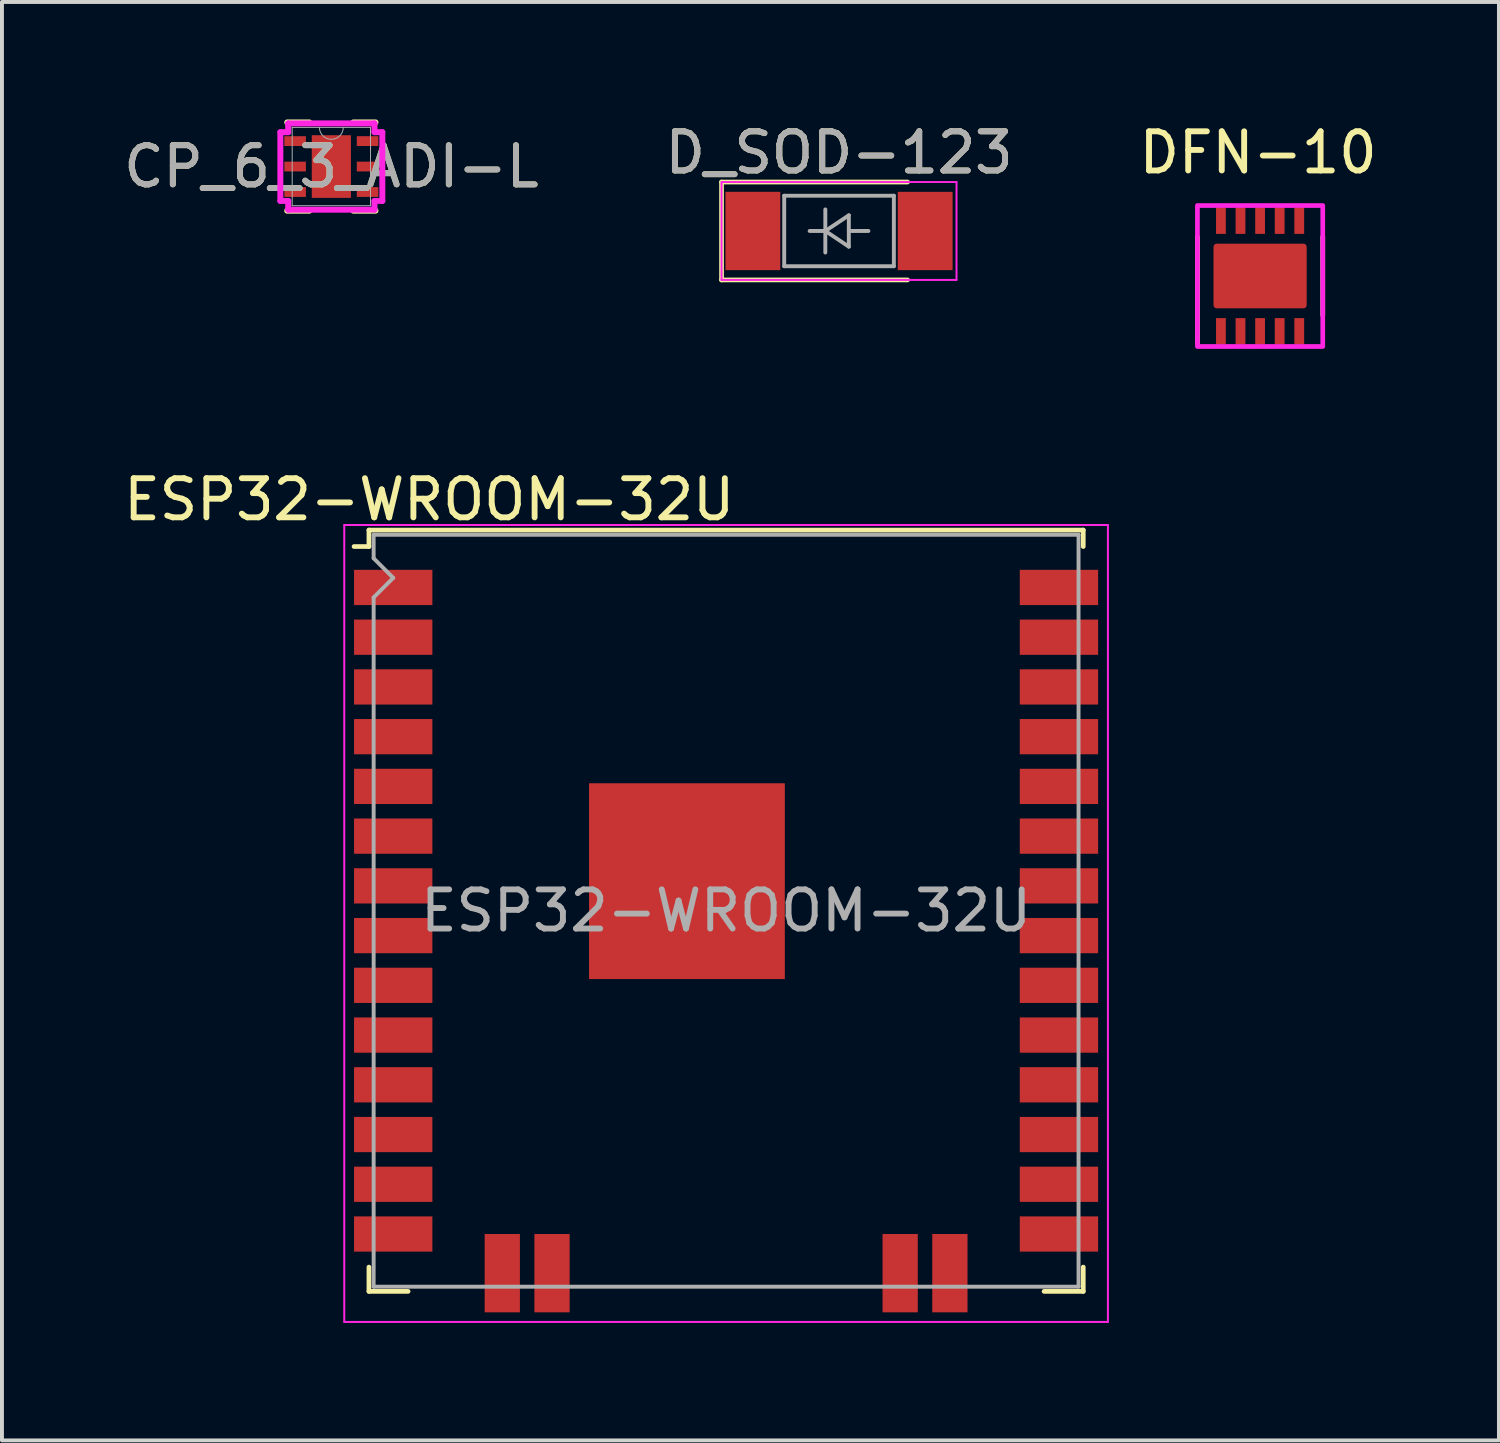
<source format=kicad_pcb>
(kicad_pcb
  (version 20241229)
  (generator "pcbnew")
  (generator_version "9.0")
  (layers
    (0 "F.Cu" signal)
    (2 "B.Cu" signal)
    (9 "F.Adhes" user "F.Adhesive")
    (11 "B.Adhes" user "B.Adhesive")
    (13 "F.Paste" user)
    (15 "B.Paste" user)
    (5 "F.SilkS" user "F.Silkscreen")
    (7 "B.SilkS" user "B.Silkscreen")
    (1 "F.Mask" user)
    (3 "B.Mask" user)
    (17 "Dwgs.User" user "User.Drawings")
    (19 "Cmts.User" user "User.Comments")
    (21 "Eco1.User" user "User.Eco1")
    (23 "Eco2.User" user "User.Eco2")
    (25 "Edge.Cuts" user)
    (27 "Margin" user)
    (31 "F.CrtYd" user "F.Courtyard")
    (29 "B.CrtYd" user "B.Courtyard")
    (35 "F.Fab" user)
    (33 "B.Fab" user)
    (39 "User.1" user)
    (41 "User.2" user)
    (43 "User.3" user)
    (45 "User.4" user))
  (footprint "D_SOD-123"
    (layer "F.Cu")
    (at 18.375 2.848)
    (property "Reference" "D_SOD-123" (at 0 -2 0) (layer "F.SilkS") (effects (font (size 1 1) (thickness 0.15))))
    (attr smd)
    (fp_line (start -3 -1.25) (end -3 1.25) (stroke (width 0.12) (type solid)) (layer "F.SilkS"))
    (fp_line (start -3 -1.25) (end 1.75 -1.25) (stroke (width 0.12) (type solid)) (layer "F.SilkS"))
    (fp_line (start -3 1.25) (end 1.75 1.25) (stroke (width 0.12) (type solid)) (layer "F.SilkS"))
    (fp_line (start -3 -1.25) (end -3 1.25) (stroke (width 0.05) (type solid)) (layer "F.CrtYd"))
    (fp_line (start -3 -1.25) (end 3 -1.25) (stroke (width 0.05) (type solid)) (layer "F.CrtYd"))
    (fp_line (start 3 -1.25) (end 3 1.25) (stroke (width 0.05) (type solid)) (layer "F.CrtYd"))
    (fp_line (start 3 1.25) (end -3 1.25) (stroke (width 0.05) (type solid)) (layer "F.CrtYd"))
    (fp_line (start -1.4 -0.9) (end 1.4 -0.9) (stroke (width 0.1) (type solid)) (layer "F.Fab"))
    (fp_line (start -1.4 0.9) (end -1.4 -0.9) (stroke (width 0.1) (type solid)) (layer "F.Fab"))
    (fp_line (start -0.75 0) (end -0.35 0) (stroke (width 0.1) (type solid)) (layer "F.Fab"))
    (fp_line (start -0.35 0) (end -0.35 -0.55) (stroke (width 0.1) (type solid)) (layer "F.Fab"))
    (fp_line (start -0.35 0) (end -0.35 0.55) (stroke (width 0.1) (type solid)) (layer "F.Fab"))
    (fp_line (start -0.35 0) (end 0.25 -0.4) (stroke (width 0.1) (type solid)) (layer "F.Fab"))
    (fp_line (start 0.25 -0.4) (end 0.25 0.4) (stroke (width 0.1) (type solid)) (layer "F.Fab"))
    (fp_line (start 0.25 0) (end 0.75 0) (stroke (width 0.1) (type solid)) (layer "F.Fab"))
    (fp_line (start 0.25 0.4) (end -0.35 0) (stroke (width 0.1) (type solid)) (layer "F.Fab"))
    (fp_line (start 1.4 -0.9) (end 1.4 0.9) (stroke (width 0.1) (type solid)) (layer "F.Fab"))
    (fp_line (start 1.4 0.9) (end -1.4 0.9) (stroke (width 0.1) (type solid)) (layer "F.Fab"))
    (fp_text user "${REFERENCE}" (at 0 -2 0) (layer "F.Fab") (effects (font (size 1 1) (thickness 0.15))))
    (pad "1" smd rect (at -2.2 0) (size 1.4 2) (layers "F.Cu" "F.Mask" "F.Paste"))
    (pad "2" smd rect (at 2.2 0) (size 1.4 2) (layers "F.Cu" "F.Mask" "F.Paste")))
  (footprint "DFN-10"
    (layer "F.Cu")
    (at 29.127 3.998)
    (property "Reference" "DFN-10" (at -0.05 -3.15 0) (unlocked yes) (layer "F.SilkS") (effects (font (size 1 1) (thickness 0.15))))
    (attr smd)
    (fp_line (start -1.6 -1) (end -1.6 1.7) (stroke (width 0.12) (type solid)) (layer "F.SilkS"))
    (fp_line (start 1.6 -1) (end 1.6 1) (stroke (width 0.12) (type solid)) (layer "F.SilkS"))
    (fp_rect (start -1.6 -1.8) (end 1.6 1.8) (stroke (width 0.12) (type solid)) (fill no) (layer "F.CrtYd"))
    (pad "1" smd rect (at -1 1.413) (size 0.25 0.675) (layers "F.Cu" "F.Mask" "F.Paste"))
    (pad "2" smd rect (at -0.5 1.413) (size 0.25 0.675) (layers "F.Cu" "F.Mask" "F.Paste"))
    (pad "3" smd rect (at 0 1.413) (size 0.25 0.675) (layers "F.Cu" "F.Mask" "F.Paste"))
    (pad "4" smd rect (at 0.5 1.413) (size 0.25 0.675) (layers "F.Cu" "F.Mask" "F.Paste"))
    (pad "5" smd rect (at 1 1.413) (size 0.25 0.675) (layers "F.Cu" "F.Mask" "F.Paste"))
    (pad "6" smd rect (at 1 -1.413) (size 0.25 0.675) (layers "F.Cu" "F.Mask" "F.Paste"))
    (pad "7" smd rect (at 0.5 -1.413) (size 0.25 0.675) (layers "F.Cu" "F.Mask" "F.Paste"))
    (pad "8" smd rect (at 0 -1.413) (size 0.25 0.675) (layers "F.Cu" "F.Mask" "F.Paste"))
    (pad "9" smd rect (at -0.5 -1.413) (size 0.25 0.675) (layers "F.Cu" "F.Mask" "F.Paste"))
    (pad "10" smd rect (at -1 -1.413) (size 0.25 0.675) (layers "F.Cu" "F.Mask" "F.Paste"))
    (pad "11" smd roundrect (at 0 0) (size 2.38 1.65) (layers "F.Cu" "F.Mask" "F.Paste") (roundrect_rratio 0.05)))
  (footprint "CP_6_3_ADI-L"
    (layer "F.Cu")
    (at 5.411 1.203)
    (property "Reference" "CP_6_3_ADI-L" (at 0 0 0) (unlocked yes) (layer "F.SilkS") (effects (font (size 1 1) (thickness 0.15))))
    (attr smd)
    (fp_line (start -1.127 1.127) (end -0.562 1.127) (stroke (width 0.152) (type solid)) (layer "F.SilkS"))
    (fp_line (start -0.562 -1.127) (end -1.127 -1.127) (stroke (width 0.152) (type solid)) (layer "F.SilkS"))
    (fp_line (start 0.562 1.127) (end 1.127 1.127) (stroke (width 0.152) (type solid)) (layer "F.SilkS"))
    (fp_line (start 1.127 -1.127) (end 0.562 -1.127) (stroke (width 0.152) (type solid)) (layer "F.SilkS"))
    (fp_line (start -1.302 -0.877) (end -1.102 -0.877) (stroke (width 0.152) (type solid)) (layer "F.CrtYd"))
    (fp_line (start -1.302 0.877) (end -1.302 -0.877) (stroke (width 0.152) (type solid)) (layer "F.CrtYd"))
    (fp_line (start -1.302 0.877) (end -1.102 0.877) (stroke (width 0.152) (type solid)) (layer "F.CrtYd"))
    (fp_line (start -1.102 -1.102) (end 1.102 -1.102) (stroke (width 0.152) (type solid)) (layer "F.CrtYd"))
    (fp_line (start -1.102 -0.877) (end -1.102 -1.102) (stroke (width 0.152) (type solid)) (layer "F.CrtYd"))
    (fp_line (start -1.102 1.102) (end -1.102 0.877) (stroke (width 0.152) (type solid)) (layer "F.CrtYd"))
    (fp_line (start 1.102 -1.102) (end 1.102 -0.877) (stroke (width 0.152) (type solid)) (layer "F.CrtYd"))
    (fp_line (start 1.102 0.877) (end 1.102 1.102) (stroke (width 0.152) (type solid)) (layer "F.CrtYd"))
    (fp_line (start 1.102 1.102) (end -1.102 1.102) (stroke (width 0.152) (type solid)) (layer "F.CrtYd"))
    (fp_line (start 1.302 -0.877) (end 1.102 -0.877) (stroke (width 0.152) (type solid)) (layer "F.CrtYd"))
    (fp_line (start 1.302 -0.877) (end 1.302 0.877) (stroke (width 0.152) (type solid)) (layer "F.CrtYd"))
    (fp_line (start 1.302 0.877) (end 1.102 0.877) (stroke (width 0.152) (type solid)) (layer "F.CrtYd"))
    (fp_line (start -1 -1) (end -1 1) (stroke (width 0.025) (type solid)) (layer "F.Fab"))
    (fp_line (start -1 1) (end 1 1) (stroke (width 0.025) (type solid)) (layer "F.Fab"))
    (fp_line (start 1 -1) (end -1 -1) (stroke (width 0.025) (type solid)) (layer "F.Fab"))
    (fp_line (start 1 1) (end 1 -1) (stroke (width 0.025) (type solid)) (layer "F.Fab"))
    (fp_arc (start 0.3048 -1) (mid 0 -0.6952) (end -0.3048 -1) (stroke (width 0.0254) (type solid)) (layer "F.Fab"))
    (fp_text user "${REFERENCE}" (at 0 0 0) (unlocked yes) (layer "F.Fab") (effects (font (size 1 1) (thickness 0.15))))
    (pad "1" smd rect (at -0.925 -0.65) (size 0.55 0.25) (layers "F.Cu" "F.Mask" "F.Paste"))
    (pad "2" smd rect (at -0.925 0) (size 0.55 0.25) (layers "F.Cu" "F.Mask" "F.Paste"))
    (pad "3" smd rect (at -0.925 0.65) (size 0.55 0.25) (layers "F.Cu" "F.Mask" "F.Paste"))
    (pad "4" smd rect (at 0.925 0.65) (size 0.55 0.25) (layers "F.Cu" "F.Mask" "F.Paste"))
    (pad "5" smd rect (at 0.925 0) (size 0.55 0.25) (layers "F.Cu" "F.Mask" "F.Paste"))
    (pad "6" smd rect (at 0.925 -0.65) (size 0.55 0.25) (layers "F.Cu" "F.Mask" "F.Paste"))
    (pad "7" smd rect (at 0 0) (size 1 1.6) (layers "F.Cu" "F.Mask" "F.Paste")))
  (footprint "ESP32-WROOM-32U"
    (layer "F.Cu")
    (at 15.491 20.206)
    (property "Reference" "ESP32-WROOM-32U" (at -7.58 -10.5 180) (layer "F.SilkS") (effects (font (size 1 1) (thickness 0.15))))
    (attr smd)
    (fp_line (start -9.12 -9.72) (end -9.12 -9.3) (stroke (width 0.12) (type solid)) (layer "F.SilkS"))
    (fp_line (start -9.12 -9.72) (end 9.12 -9.72) (stroke (width 0.12) (type solid)) (layer "F.SilkS"))
    (fp_line (start -9.12 -9.3) (end -9.5 -9.3) (stroke (width 0.12) (type solid)) (layer "F.SilkS"))
    (fp_line (start -9.12 9.1) (end -9.12 9.72) (stroke (width 0.12) (type solid)) (layer "F.SilkS"))
    (fp_line (start -9.12 9.72) (end -8.12 9.72) (stroke (width 0.12) (type solid)) (layer "F.SilkS"))
    (fp_line (start 9.12 -9.72) (end 9.12 -9.3) (stroke (width 0.12) (type solid)) (layer "F.SilkS"))
    (fp_line (start 9.12 9.1) (end 9.12 9.72) (stroke (width 0.12) (type solid)) (layer "F.SilkS"))
    (fp_line (start 9.12 9.72) (end 8.12 9.72) (stroke (width 0.12) (type solid)) (layer "F.SilkS"))
    (fp_line (start -9.75 10.5) (end -9.75 -9.85) (stroke (width 0.05) (type solid)) (layer "F.CrtYd"))
    (fp_line (start -9.75 10.5) (end 9.75 10.5) (stroke (width 0.05) (type solid)) (layer "F.CrtYd"))
    (fp_line (start 9.75 -9.85) (end -9.75 -9.85) (stroke (width 0.05) (type solid)) (layer "F.CrtYd"))
    (fp_line (start 9.75 -9.85) (end 9.75 10.5) (stroke (width 0.05) (type solid)) (layer "F.CrtYd"))
    (fp_line (start -9 -9.6) (end -9 -9) (stroke (width 0.1) (type solid)) (layer "F.Fab"))
    (fp_line (start -9 -9.6) (end 9 -9.6) (stroke (width 0.1) (type solid)) (layer "F.Fab"))
    (fp_line (start -9 -8) (end -9 9.6) (stroke (width 0.1) (type solid)) (layer "F.Fab"))
    (fp_line (start -9 -8) (end -8.5 -8.5) (stroke (width 0.1) (type solid)) (layer "F.Fab"))
    (fp_line (start -9 9.6) (end 9 9.6) (stroke (width 0.1) (type solid)) (layer "F.Fab"))
    (fp_line (start -8.5 -8.5) (end -9 -9) (stroke (width 0.1) (type solid)) (layer "F.Fab"))
    (fp_line (start 9 9.6) (end 9 -9.6) (stroke (width 0.1) (type solid)) (layer "F.Fab"))
    (fp_text user "${REFERENCE}" (at 0 0 0) (layer "F.Fab") (effects (font (size 1 1) (thickness 0.15))))
    (pad "1" smd rect (at -8.5 -8.255) (size 2 0.9) (layers "F.Cu" "F.Mask" "F.Paste"))
    (pad "2" smd rect (at -8.5 -6.985) (size 2 0.9) (layers "F.Cu" "F.Mask" "F.Paste"))
    (pad "3" smd rect (at -8.5 -5.715) (size 2 0.9) (layers "F.Cu" "F.Mask" "F.Paste"))
    (pad "4" smd rect (at -8.5 -4.445) (size 2 0.9) (layers "F.Cu" "F.Mask" "F.Paste"))
    (pad "5" smd rect (at -8.5 -3.175) (size 2 0.9) (layers "F.Cu" "F.Mask" "F.Paste"))
    (pad "6" smd rect (at -8.5 -1.905) (size 2 0.9) (layers "F.Cu" "F.Mask" "F.Paste"))
    (pad "7" smd rect (at -8.5 -0.635) (size 2 0.9) (layers "F.Cu" "F.Mask" "F.Paste"))
    (pad "8" smd rect (at -8.5 0.635) (size 2 0.9) (layers "F.Cu" "F.Mask" "F.Paste"))
    (pad "9" smd rect (at -8.5 1.905) (size 2 0.9) (layers "F.Cu" "F.Mask" "F.Paste"))
    (pad "10" smd rect (at -8.5 3.175) (size 2 0.9) (layers "F.Cu" "F.Mask" "F.Paste"))
    (pad "11" smd rect (at -8.5 4.445) (size 2 0.9) (layers "F.Cu" "F.Mask" "F.Paste"))
    (pad "12" smd rect (at -8.5 5.715) (size 2 0.9) (layers "F.Cu" "F.Mask" "F.Paste"))
    (pad "13" smd rect (at -8.5 6.985) (size 2 0.9) (layers "F.Cu" "F.Mask" "F.Paste"))
    (pad "14" smd rect (at -8.5 8.255) (size 2 0.9) (layers "F.Cu" "F.Mask" "F.Paste"))
    (pad "15" smd rect (at -5.715 9.255 270) (size 2 0.9) (layers "F.Cu" "F.Mask" "F.Paste"))
    (pad "16" smd rect (at -4.445 9.255 90) (size 2 0.9) (layers "F.Cu" "F.Mask" "F.Paste"))
    (pad "23" smd rect (at 4.445 9.255 90) (size 2 0.9) (layers "F.Cu" "F.Mask" "F.Paste"))
    (pad "24" smd rect (at 5.715 9.255 90) (size 2 0.9) (layers "F.Cu" "F.Mask" "F.Paste"))
    (pad "25" smd rect (at 8.5 8.255) (size 2 0.9) (layers "F.Cu" "F.Mask" "F.Paste"))
    (pad "26" smd rect (at 8.5 6.985) (size 2 0.9) (layers "F.Cu" "F.Mask" "F.Paste"))
    (pad "27" smd rect (at 8.5 5.715) (size 2 0.9) (layers "F.Cu" "F.Mask" "F.Paste"))
    (pad "28" smd rect (at 8.5 4.445) (size 2 0.9) (layers "F.Cu" "F.Mask" "F.Paste"))
    (pad "29" smd rect (at 8.5 3.175) (size 2 0.9) (layers "F.Cu" "F.Mask" "F.Paste"))
    (pad "30" smd rect (at 8.5 1.905) (size 2 0.9) (layers "F.Cu" "F.Mask" "F.Paste"))
    (pad "31" smd rect (at 8.5 0.635) (size 2 0.9) (layers "F.Cu" "F.Mask" "F.Paste"))
    (pad "32" smd rect (at 8.5 -0.635) (size 2 0.9) (layers "F.Cu" "F.Mask" "F.Paste"))
    (pad "33" smd rect (at 8.5 -1.905) (size 2 0.9) (layers "F.Cu" "F.Mask" "F.Paste"))
    (pad "34" smd rect (at 8.5 -3.175) (size 2 0.9) (layers "F.Cu" "F.Mask" "F.Paste"))
    (pad "35" smd rect (at 8.5 -4.445) (size 2 0.9) (layers "F.Cu" "F.Mask" "F.Paste"))
    (pad "36" smd rect (at 8.5 -5.715) (size 2 0.9) (layers "F.Cu" "F.Mask" "F.Paste"))
    (pad "37" smd rect (at 8.5 -6.985) (size 2 0.9) (layers "F.Cu" "F.Mask" "F.Paste"))
    (pad "38" smd rect (at 8.5 -8.255) (size 2 0.9) (layers "F.Cu" "F.Mask" "F.Paste"))
    (pad "39" smd rect (at -1 -0.755) (size 5 5) (layers "F.Cu" "F.Mask" "F.Paste")))
  (gr_rect
    (start -3 -3)
    (end 35.226 33.731)
    (stroke (width 0.1) (type default))
    (fill no)
    (layer "Edge.Cuts")))
</source>
